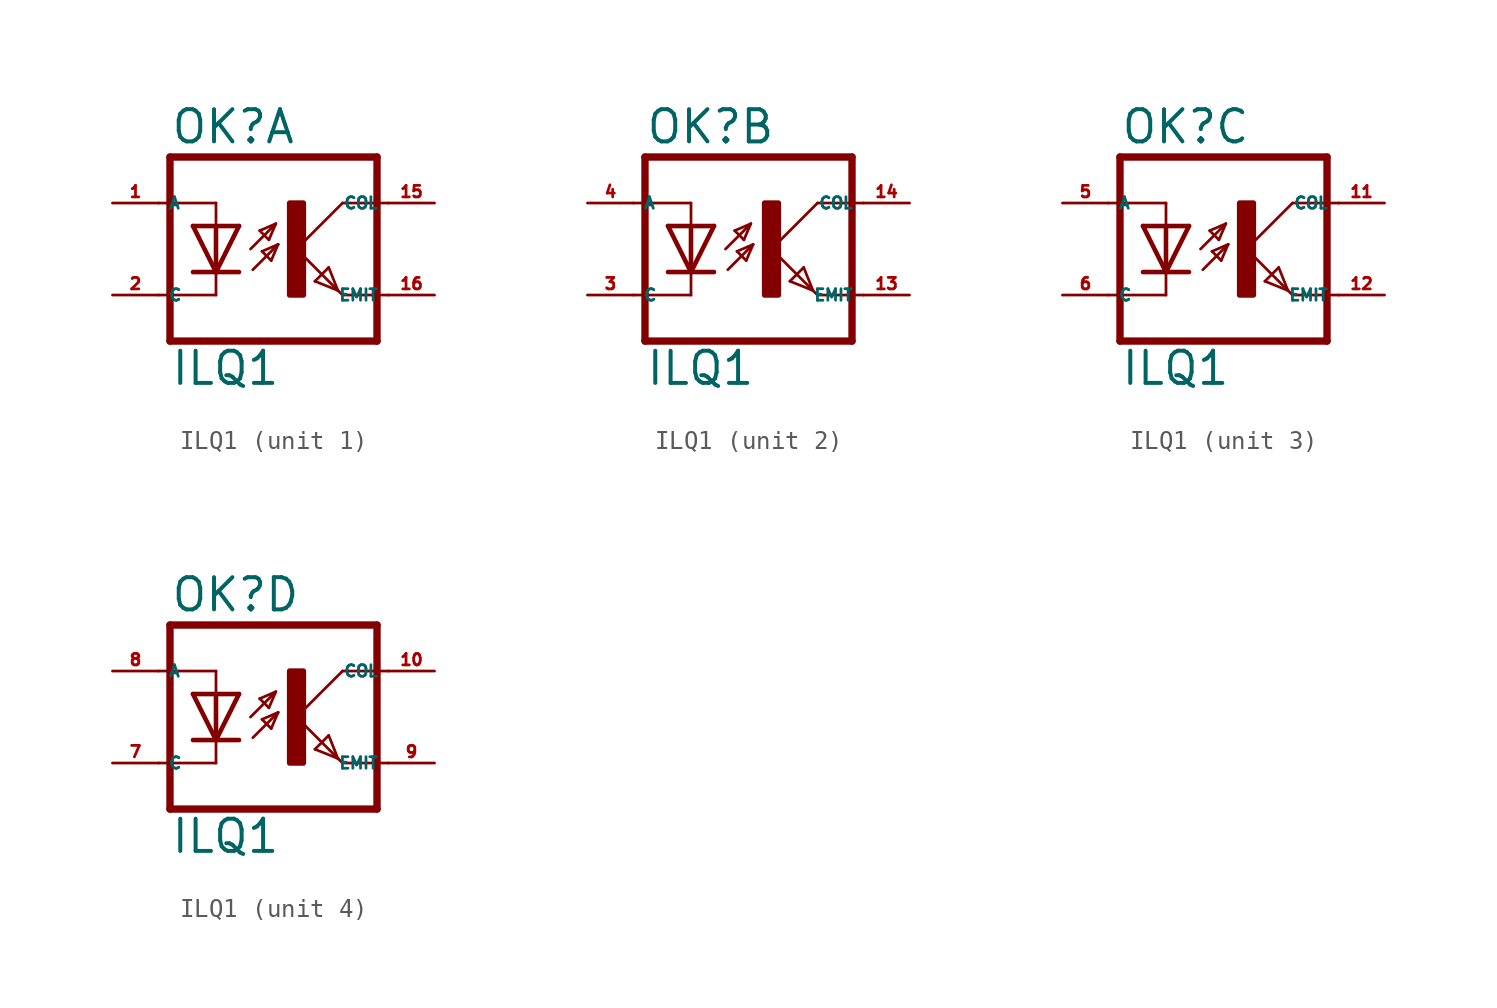
<source format=kicad_sym>
(kicad_symbol_lib
  (version 20220914)
  (generator kicad_symbol_editor)
  (symbol "ILQ1"
    (property "Reference" "OK"
      (at -6.985 5.715 0)
      (effects (font (size 1.778 1.778) (thickness 0.22)) (justify left bottom)))
    (property "Value" "ILQ1"
      (at -6.985 -7.62 0)
      (effects (font (size 1.778 1.778) (thickness 0.22)) (justify left bottom)))
    (symbol "ILQ1_1_0"
      (rectangle (start -0.381 -2.54) (end 0.381 2.54) (stroke (width 0.3) (type default)) (fill (type outline)))
      (polyline (pts (xy -6.985 -5.08) (xy 4.445 -5.08)) (stroke (width 0.406) (type default)) (fill (type none)))
      (polyline (pts (xy -6.985 5.08) (xy -6.985 -5.08)) (stroke (width 0.406) (type default)) (fill (type none)))
      (polyline (pts (xy -6.985 5.08) (xy 4.445 5.08)) (stroke (width 0.406) (type default)) (fill (type none)))
      (polyline (pts (xy -4.445 -2.54) (xy -7.62 -2.54)) (stroke (width 0.152) (type default)) (fill (type none)))
      (polyline (pts (xy -4.445 -1.27) (xy -5.715 -1.27)) (stroke (width 0.254) (type default)) (fill (type none)))
      (polyline (pts (xy -4.445 -1.27) (xy -5.715 1.27)) (stroke (width 0.254) (type default)) (fill (type none)))
      (polyline (pts (xy -4.445 -1.27) (xy -4.445 -2.54)) (stroke (width 0.152) (type default)) (fill (type none)))
      (polyline (pts (xy -4.445 1.27) (xy -5.715 1.27)) (stroke (width 0.254) (type default)) (fill (type none)))
      (polyline (pts (xy -4.445 1.27) (xy -4.445 -1.27)) (stroke (width 0.254) (type default)) (fill (type none)))
      (polyline (pts (xy -4.445 2.54) (xy -7.62 2.54)) (stroke (width 0.152) (type default)) (fill (type none)))
      (polyline (pts (xy -4.445 2.54) (xy -4.445 1.27)) (stroke (width 0.152) (type default)) (fill (type none)))
      (polyline (pts (xy -3.175 -1.27) (xy -4.445 -1.27)) (stroke (width 0.254) (type default)) (fill (type none)))
      (polyline (pts (xy -3.175 1.27) (xy -4.445 -1.27)) (stroke (width 0.254) (type default)) (fill (type none)))
      (polyline (pts (xy -3.175 1.27) (xy -4.445 1.27)) (stroke (width 0.254) (type default)) (fill (type none)))
      (polyline (pts (xy -2.54 0) (xy -1.143 1.397)) (stroke (width 0.152) (type default)) (fill (type none)))
      (polyline (pts (xy -2.413 -1.143) (xy -1.016 0.254)) (stroke (width 0.152) (type default)) (fill (type none)))
      (polyline (pts (xy -2.032 1.016) (xy -1.524 0.508)) (stroke (width 0.152) (type default)) (fill (type none)))
      (polyline (pts (xy -1.905 -0.127) (xy -1.397 -0.635)) (stroke (width 0.152) (type default)) (fill (type none)))
      (polyline (pts (xy -1.524 0.508) (xy -1.143 1.397)) (stroke (width 0.152) (type default)) (fill (type none)))
      (polyline (pts (xy -1.397 -0.635) (xy -1.016 0.254)) (stroke (width 0.152) (type default)) (fill (type none)))
      (polyline (pts (xy -1.143 1.397) (xy -2.032 1.016)) (stroke (width 0.152) (type default)) (fill (type none)))
      (polyline (pts (xy -1.016 0.254) (xy -1.905 -0.127)) (stroke (width 0.152) (type default)) (fill (type none)))
      (polyline (pts (xy 0 0) (xy 2.286 -2.286)) (stroke (width 0.152) (type default)) (fill (type none)))
      (polyline (pts (xy 1.016 -1.778) (xy 1.778 -1.016)) (stroke (width 0.152) (type default)) (fill (type none)))
      (polyline (pts (xy 1.778 -1.016) (xy 2.286 -2.286)) (stroke (width 0.152) (type default)) (fill (type none)))
      (polyline (pts (xy 2.286 -2.286) (xy 1.016 -1.778)) (stroke (width 0.152) (type default)) (fill (type none)))
      (polyline (pts (xy 2.286 -2.286) (xy 2.54 -2.54)) (stroke (width 0.152) (type default)) (fill (type none)))
      (polyline (pts (xy 2.54 -2.54) (xy 5.08 -2.54)) (stroke (width 0.152) (type default)) (fill (type none)))
      (polyline (pts (xy 2.54 2.54) (xy 0 0)) (stroke (width 0.152) (type default)) (fill (type none)))
      (polyline (pts (xy 2.54 2.54) (xy 5.08 2.54)) (stroke (width 0.152) (type default)) (fill (type none)))
      (polyline (pts (xy 4.445 5.08) (xy 4.445 -5.08)) (stroke (width 0.406) (type default)) (fill (type none)))
      (pin passive line (at -10.16 2.54 0) (length 2.54) (name "A" (effects (font (size 0.635 0.635)))) (number "1" (effects (font (size 0.635 0.635)))))
      (pin passive line (at 7.62 2.54 180) (length 2.54) (name "COL" (effects (font (size 0.635 0.635)))) (number "15" (effects (font (size 0.635 0.635)))))
      (pin passive line (at 7.62 -2.54 180) (length 2.54) (name "EMIT" (effects (font (size 0.635 0.635)))) (number "16" (effects (font (size 0.635 0.635)))))
      (pin passive line (at -10.16 -2.54 0) (length 2.54) (name "C" (effects (font (size 0.635 0.635)))) (number "2" (effects (font (size 0.635 0.635))))))
    (symbol "ILQ1_2_0"
      (rectangle (start -0.381 -2.54) (end 0.381 2.54) (stroke (width 0.3) (type default)) (fill (type outline)))
      (polyline (pts (xy -6.985 -5.08) (xy 4.445 -5.08)) (stroke (width 0.406) (type default)) (fill (type none)))
      (polyline (pts (xy -6.985 5.08) (xy -6.985 -5.08)) (stroke (width 0.406) (type default)) (fill (type none)))
      (polyline (pts (xy -6.985 5.08) (xy 4.445 5.08)) (stroke (width 0.406) (type default)) (fill (type none)))
      (polyline (pts (xy -4.445 -2.54) (xy -7.62 -2.54)) (stroke (width 0.152) (type default)) (fill (type none)))
      (polyline (pts (xy -4.445 -1.27) (xy -5.715 -1.27)) (stroke (width 0.254) (type default)) (fill (type none)))
      (polyline (pts (xy -4.445 -1.27) (xy -5.715 1.27)) (stroke (width 0.254) (type default)) (fill (type none)))
      (polyline (pts (xy -4.445 -1.27) (xy -4.445 -2.54)) (stroke (width 0.152) (type default)) (fill (type none)))
      (polyline (pts (xy -4.445 1.27) (xy -5.715 1.27)) (stroke (width 0.254) (type default)) (fill (type none)))
      (polyline (pts (xy -4.445 1.27) (xy -4.445 -1.27)) (stroke (width 0.254) (type default)) (fill (type none)))
      (polyline (pts (xy -4.445 2.54) (xy -7.62 2.54)) (stroke (width 0.152) (type default)) (fill (type none)))
      (polyline (pts (xy -4.445 2.54) (xy -4.445 1.27)) (stroke (width 0.152) (type default)) (fill (type none)))
      (polyline (pts (xy -3.175 -1.27) (xy -4.445 -1.27)) (stroke (width 0.254) (type default)) (fill (type none)))
      (polyline (pts (xy -3.175 1.27) (xy -4.445 -1.27)) (stroke (width 0.254) (type default)) (fill (type none)))
      (polyline (pts (xy -3.175 1.27) (xy -4.445 1.27)) (stroke (width 0.254) (type default)) (fill (type none)))
      (polyline (pts (xy -2.54 0) (xy -1.143 1.397)) (stroke (width 0.152) (type default)) (fill (type none)))
      (polyline (pts (xy -2.413 -1.143) (xy -1.016 0.254)) (stroke (width 0.152) (type default)) (fill (type none)))
      (polyline (pts (xy -2.032 1.016) (xy -1.524 0.508)) (stroke (width 0.152) (type default)) (fill (type none)))
      (polyline (pts (xy -1.905 -0.127) (xy -1.397 -0.635)) (stroke (width 0.152) (type default)) (fill (type none)))
      (polyline (pts (xy -1.524 0.508) (xy -1.143 1.397)) (stroke (width 0.152) (type default)) (fill (type none)))
      (polyline (pts (xy -1.397 -0.635) (xy -1.016 0.254)) (stroke (width 0.152) (type default)) (fill (type none)))
      (polyline (pts (xy -1.143 1.397) (xy -2.032 1.016)) (stroke (width 0.152) (type default)) (fill (type none)))
      (polyline (pts (xy -1.016 0.254) (xy -1.905 -0.127)) (stroke (width 0.152) (type default)) (fill (type none)))
      (polyline (pts (xy 0 0) (xy 2.286 -2.286)) (stroke (width 0.152) (type default)) (fill (type none)))
      (polyline (pts (xy 1.016 -1.778) (xy 1.778 -1.016)) (stroke (width 0.152) (type default)) (fill (type none)))
      (polyline (pts (xy 1.778 -1.016) (xy 2.286 -2.286)) (stroke (width 0.152) (type default)) (fill (type none)))
      (polyline (pts (xy 2.286 -2.286) (xy 1.016 -1.778)) (stroke (width 0.152) (type default)) (fill (type none)))
      (polyline (pts (xy 2.286 -2.286) (xy 2.54 -2.54)) (stroke (width 0.152) (type default)) (fill (type none)))
      (polyline (pts (xy 2.54 -2.54) (xy 5.08 -2.54)) (stroke (width 0.152) (type default)) (fill (type none)))
      (polyline (pts (xy 2.54 2.54) (xy 0 0)) (stroke (width 0.152) (type default)) (fill (type none)))
      (polyline (pts (xy 2.54 2.54) (xy 5.08 2.54)) (stroke (width 0.152) (type default)) (fill (type none)))
      (polyline (pts (xy 4.445 5.08) (xy 4.445 -5.08)) (stroke (width 0.406) (type default)) (fill (type none)))
      (pin passive line (at 7.62 -2.54 180) (length 2.54) (name "EMIT" (effects (font (size 0.635 0.635)))) (number "13" (effects (font (size 0.635 0.635)))))
      (pin passive line (at 7.62 2.54 180) (length 2.54) (name "COL" (effects (font (size 0.635 0.635)))) (number "14" (effects (font (size 0.635 0.635)))))
      (pin passive line (at -10.16 -2.54 0) (length 2.54) (name "C" (effects (font (size 0.635 0.635)))) (number "3" (effects (font (size 0.635 0.635)))))
      (pin passive line (at -10.16 2.54 0) (length 2.54) (name "A" (effects (font (size 0.635 0.635)))) (number "4" (effects (font (size 0.635 0.635))))))
    (symbol "ILQ1_3_0"
      (rectangle (start -0.381 -2.54) (end 0.381 2.54) (stroke (width 0.3) (type default)) (fill (type outline)))
      (polyline (pts (xy -6.985 -5.08) (xy 4.445 -5.08)) (stroke (width 0.406) (type default)) (fill (type none)))
      (polyline (pts (xy -6.985 5.08) (xy -6.985 -5.08)) (stroke (width 0.406) (type default)) (fill (type none)))
      (polyline (pts (xy -6.985 5.08) (xy 4.445 5.08)) (stroke (width 0.406) (type default)) (fill (type none)))
      (polyline (pts (xy -4.445 -2.54) (xy -7.62 -2.54)) (stroke (width 0.152) (type default)) (fill (type none)))
      (polyline (pts (xy -4.445 -1.27) (xy -5.715 -1.27)) (stroke (width 0.254) (type default)) (fill (type none)))
      (polyline (pts (xy -4.445 -1.27) (xy -5.715 1.27)) (stroke (width 0.254) (type default)) (fill (type none)))
      (polyline (pts (xy -4.445 -1.27) (xy -4.445 -2.54)) (stroke (width 0.152) (type default)) (fill (type none)))
      (polyline (pts (xy -4.445 1.27) (xy -5.715 1.27)) (stroke (width 0.254) (type default)) (fill (type none)))
      (polyline (pts (xy -4.445 1.27) (xy -4.445 -1.27)) (stroke (width 0.254) (type default)) (fill (type none)))
      (polyline (pts (xy -4.445 2.54) (xy -7.62 2.54)) (stroke (width 0.152) (type default)) (fill (type none)))
      (polyline (pts (xy -4.445 2.54) (xy -4.445 1.27)) (stroke (width 0.152) (type default)) (fill (type none)))
      (polyline (pts (xy -3.175 -1.27) (xy -4.445 -1.27)) (stroke (width 0.254) (type default)) (fill (type none)))
      (polyline (pts (xy -3.175 1.27) (xy -4.445 -1.27)) (stroke (width 0.254) (type default)) (fill (type none)))
      (polyline (pts (xy -3.175 1.27) (xy -4.445 1.27)) (stroke (width 0.254) (type default)) (fill (type none)))
      (polyline (pts (xy -2.54 0) (xy -1.143 1.397)) (stroke (width 0.152) (type default)) (fill (type none)))
      (polyline (pts (xy -2.413 -1.143) (xy -1.016 0.254)) (stroke (width 0.152) (type default)) (fill (type none)))
      (polyline (pts (xy -2.032 1.016) (xy -1.524 0.508)) (stroke (width 0.152) (type default)) (fill (type none)))
      (polyline (pts (xy -1.905 -0.127) (xy -1.397 -0.635)) (stroke (width 0.152) (type default)) (fill (type none)))
      (polyline (pts (xy -1.524 0.508) (xy -1.143 1.397)) (stroke (width 0.152) (type default)) (fill (type none)))
      (polyline (pts (xy -1.397 -0.635) (xy -1.016 0.254)) (stroke (width 0.152) (type default)) (fill (type none)))
      (polyline (pts (xy -1.143 1.397) (xy -2.032 1.016)) (stroke (width 0.152) (type default)) (fill (type none)))
      (polyline (pts (xy -1.016 0.254) (xy -1.905 -0.127)) (stroke (width 0.152) (type default)) (fill (type none)))
      (polyline (pts (xy 0 0) (xy 2.286 -2.286)) (stroke (width 0.152) (type default)) (fill (type none)))
      (polyline (pts (xy 1.016 -1.778) (xy 1.778 -1.016)) (stroke (width 0.152) (type default)) (fill (type none)))
      (polyline (pts (xy 1.778 -1.016) (xy 2.286 -2.286)) (stroke (width 0.152) (type default)) (fill (type none)))
      (polyline (pts (xy 2.286 -2.286) (xy 1.016 -1.778)) (stroke (width 0.152) (type default)) (fill (type none)))
      (polyline (pts (xy 2.286 -2.286) (xy 2.54 -2.54)) (stroke (width 0.152) (type default)) (fill (type none)))
      (polyline (pts (xy 2.54 -2.54) (xy 5.08 -2.54)) (stroke (width 0.152) (type default)) (fill (type none)))
      (polyline (pts (xy 2.54 2.54) (xy 0 0)) (stroke (width 0.152) (type default)) (fill (type none)))
      (polyline (pts (xy 2.54 2.54) (xy 5.08 2.54)) (stroke (width 0.152) (type default)) (fill (type none)))
      (polyline (pts (xy 4.445 5.08) (xy 4.445 -5.08)) (stroke (width 0.406) (type default)) (fill (type none)))
      (pin passive line (at 7.62 2.54 180) (length 2.54) (name "COL" (effects (font (size 0.635 0.635)))) (number "11" (effects (font (size 0.635 0.635)))))
      (pin passive line (at 7.62 -2.54 180) (length 2.54) (name "EMIT" (effects (font (size 0.635 0.635)))) (number "12" (effects (font (size 0.635 0.635)))))
      (pin passive line (at -10.16 2.54 0) (length 2.54) (name "A" (effects (font (size 0.635 0.635)))) (number "5" (effects (font (size 0.635 0.635)))))
      (pin passive line (at -10.16 -2.54 0) (length 2.54) (name "C" (effects (font (size 0.635 0.635)))) (number "6" (effects (font (size 0.635 0.635))))))
    (symbol "ILQ1_4_0"
      (rectangle (start -0.381 -2.54) (end 0.381 2.54) (stroke (width 0.3) (type default)) (fill (type outline)))
      (polyline (pts (xy -6.985 -5.08) (xy 4.445 -5.08)) (stroke (width 0.406) (type default)) (fill (type none)))
      (polyline (pts (xy -6.985 5.08) (xy -6.985 -5.08)) (stroke (width 0.406) (type default)) (fill (type none)))
      (polyline (pts (xy -6.985 5.08) (xy 4.445 5.08)) (stroke (width 0.406) (type default)) (fill (type none)))
      (polyline (pts (xy -4.445 -2.54) (xy -7.62 -2.54)) (stroke (width 0.152) (type default)) (fill (type none)))
      (polyline (pts (xy -4.445 -1.27) (xy -5.715 -1.27)) (stroke (width 0.254) (type default)) (fill (type none)))
      (polyline (pts (xy -4.445 -1.27) (xy -5.715 1.27)) (stroke (width 0.254) (type default)) (fill (type none)))
      (polyline (pts (xy -4.445 -1.27) (xy -4.445 -2.54)) (stroke (width 0.152) (type default)) (fill (type none)))
      (polyline (pts (xy -4.445 1.27) (xy -5.715 1.27)) (stroke (width 0.254) (type default)) (fill (type none)))
      (polyline (pts (xy -4.445 1.27) (xy -4.445 -1.27)) (stroke (width 0.254) (type default)) (fill (type none)))
      (polyline (pts (xy -4.445 2.54) (xy -7.62 2.54)) (stroke (width 0.152) (type default)) (fill (type none)))
      (polyline (pts (xy -4.445 2.54) (xy -4.445 1.27)) (stroke (width 0.152) (type default)) (fill (type none)))
      (polyline (pts (xy -3.175 -1.27) (xy -4.445 -1.27)) (stroke (width 0.254) (type default)) (fill (type none)))
      (polyline (pts (xy -3.175 1.27) (xy -4.445 -1.27)) (stroke (width 0.254) (type default)) (fill (type none)))
      (polyline (pts (xy -3.175 1.27) (xy -4.445 1.27)) (stroke (width 0.254) (type default)) (fill (type none)))
      (polyline (pts (xy -2.54 0) (xy -1.143 1.397)) (stroke (width 0.152) (type default)) (fill (type none)))
      (polyline (pts (xy -2.413 -1.143) (xy -1.016 0.254)) (stroke (width 0.152) (type default)) (fill (type none)))
      (polyline (pts (xy -2.032 1.016) (xy -1.524 0.508)) (stroke (width 0.152) (type default)) (fill (type none)))
      (polyline (pts (xy -1.905 -0.127) (xy -1.397 -0.635)) (stroke (width 0.152) (type default)) (fill (type none)))
      (polyline (pts (xy -1.524 0.508) (xy -1.143 1.397)) (stroke (width 0.152) (type default)) (fill (type none)))
      (polyline (pts (xy -1.397 -0.635) (xy -1.016 0.254)) (stroke (width 0.152) (type default)) (fill (type none)))
      (polyline (pts (xy -1.143 1.397) (xy -2.032 1.016)) (stroke (width 0.152) (type default)) (fill (type none)))
      (polyline (pts (xy -1.016 0.254) (xy -1.905 -0.127)) (stroke (width 0.152) (type default)) (fill (type none)))
      (polyline (pts (xy 0 0) (xy 2.286 -2.286)) (stroke (width 0.152) (type default)) (fill (type none)))
      (polyline (pts (xy 1.016 -1.778) (xy 1.778 -1.016)) (stroke (width 0.152) (type default)) (fill (type none)))
      (polyline (pts (xy 1.778 -1.016) (xy 2.286 -2.286)) (stroke (width 0.152) (type default)) (fill (type none)))
      (polyline (pts (xy 2.286 -2.286) (xy 1.016 -1.778)) (stroke (width 0.152) (type default)) (fill (type none)))
      (polyline (pts (xy 2.286 -2.286) (xy 2.54 -2.54)) (stroke (width 0.152) (type default)) (fill (type none)))
      (polyline (pts (xy 2.54 -2.54) (xy 5.08 -2.54)) (stroke (width 0.152) (type default)) (fill (type none)))
      (polyline (pts (xy 2.54 2.54) (xy 0 0)) (stroke (width 0.152) (type default)) (fill (type none)))
      (polyline (pts (xy 2.54 2.54) (xy 5.08 2.54)) (stroke (width 0.152) (type default)) (fill (type none)))
      (polyline (pts (xy 4.445 5.08) (xy 4.445 -5.08)) (stroke (width 0.406) (type default)) (fill (type none)))
      (pin passive line (at 7.62 2.54 180) (length 2.54) (name "COL" (effects (font (size 0.635 0.635)))) (number "10" (effects (font (size 0.635 0.635)))))
      (pin passive line (at -10.16 -2.54 0) (length 2.54) (name "C" (effects (font (size 0.635 0.635)))) (number "7" (effects (font (size 0.635 0.635)))))
      (pin passive line (at -10.16 2.54 0) (length 2.54) (name "A" (effects (font (size 0.635 0.635)))) (number "8" (effects (font (size 0.635 0.635)))))
      (pin passive line (at 7.62 -2.54 180) (length 2.54) (name "EMIT" (effects (font (size 0.635 0.635)))) (number "9" (effects (font (size 0.635 0.635))))))))
</source>
